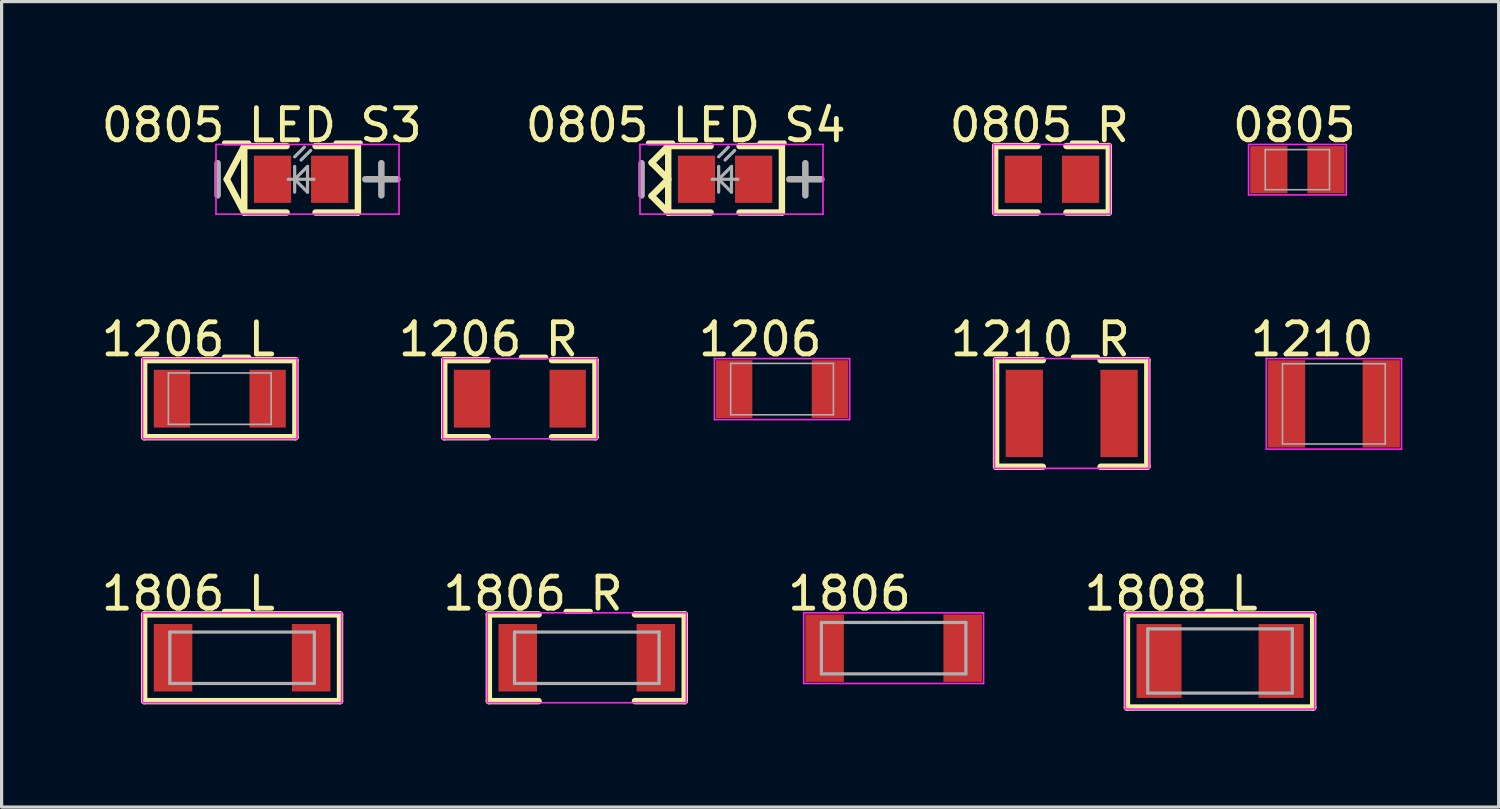
<source format=kicad_pcb>
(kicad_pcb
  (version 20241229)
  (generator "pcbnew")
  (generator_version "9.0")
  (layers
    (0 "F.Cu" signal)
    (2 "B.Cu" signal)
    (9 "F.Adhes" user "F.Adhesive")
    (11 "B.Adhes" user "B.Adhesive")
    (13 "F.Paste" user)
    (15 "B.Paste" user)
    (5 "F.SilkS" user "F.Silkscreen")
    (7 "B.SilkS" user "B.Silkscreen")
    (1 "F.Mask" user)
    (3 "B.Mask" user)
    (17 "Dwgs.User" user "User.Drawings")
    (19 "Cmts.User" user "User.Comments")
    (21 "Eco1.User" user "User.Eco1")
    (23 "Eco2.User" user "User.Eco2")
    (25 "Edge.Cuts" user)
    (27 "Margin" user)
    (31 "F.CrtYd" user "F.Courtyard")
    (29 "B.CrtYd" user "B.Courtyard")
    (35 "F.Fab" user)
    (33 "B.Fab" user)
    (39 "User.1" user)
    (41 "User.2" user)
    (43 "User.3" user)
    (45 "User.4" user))
  (footprint "1808_L"
    (layer "F.Cu")
    (at 34.943 17.533)
    (property "Reference" "1808_L" (at -1.524 -2.099 0) (layer "F.SilkS") (effects (font (size 1 1) (thickness 0.15))))
    (attr through_hole)
    (fp_line (start -2.9 -1.45) (end 2.9 -1.45) (stroke (width 0.2) (type solid)) (layer "F.SilkS"))
    (fp_line (start -2.9 1.45) (end -2.9 -1.45) (stroke (width 0.2) (type solid)) (layer "F.SilkS"))
    (fp_line (start -2.9 1.45) (end 2.9 1.45) (stroke (width 0.2) (type solid)) (layer "F.SilkS"))
    (fp_line (start 2.9 1.45) (end 2.9 -1.45) (stroke (width 0.2) (type solid)) (layer "F.SilkS"))
    (fp_line (start -2.95 -1.5) (end 2.95 -1.5) (stroke (width 0.05) (type solid)) (layer "F.CrtYd"))
    (fp_line (start -2.95 1.5) (end -2.95 -1.5) (stroke (width 0.05) (type solid)) (layer "F.CrtYd"))
    (fp_line (start 2.95 -1.5) (end 2.95 1.5) (stroke (width 0.05) (type solid)) (layer "F.CrtYd"))
    (fp_line (start 2.95 1.5) (end -2.95 1.5) (stroke (width 0.05) (type solid)) (layer "F.CrtYd"))
    (fp_line (start -2.25 -1) (end 2.25 -1) (stroke (width 0.1) (type solid)) (layer "F.Fab"))
    (fp_line (start -2.25 1) (end -2.25 -1) (stroke (width 0.1) (type solid)) (layer "F.Fab"))
    (fp_line (start -2.25 1) (end 2.25 1) (stroke (width 0.1) (type solid)) (layer "F.Fab"))
    (fp_line (start 2.25 1) (end 2.25 -1) (stroke (width 0.1) (type solid)) (layer "F.Fab"))
    (pad "1" smd rect (at -1.9 0) (size 1.4 2.3) (layers "F.Cu" "F.Mask" "F.Paste"))
    (pad "2" smd rect (at 1.9 0) (size 1.4 2.3) (layers "F.Cu" "F.Mask" "F.Paste")))
  (footprint "1206_R"
    (layer "F.Cu")
    (at 13.138 9.365)
    (property "Reference" "1206_R" (at -0.979 -1.849 0) (layer "F.SilkS") (effects (font (size 1 1) (thickness 0.15))))
    (attr through_hole)
    (fp_line (start -2.355 -1.2) (end -1 -1.2) (stroke (width 0.2) (type solid)) (layer "F.SilkS"))
    (fp_line (start -2.355 1.2) (end -2.355 -1.2) (stroke (width 0.2) (type solid)) (layer "F.SilkS"))
    (fp_line (start -2.355 1.2) (end -1 1.2) (stroke (width 0.2) (type solid)) (layer "F.SilkS"))
    (fp_line (start 1 -1.2) (end 2.355 -1.2) (stroke (width 0.2) (type solid)) (layer "F.SilkS"))
    (fp_line (start 1 1.2) (end 2.355 1.2) (stroke (width 0.2) (type solid)) (layer "F.SilkS"))
    (fp_line (start 2.355 1.2) (end 2.355 -1.2) (stroke (width 0.2) (type solid)) (layer "F.SilkS"))
    (fp_line (start -2.405 -1.25) (end 2.405 -1.25) (stroke (width 0.05) (type solid)) (layer "F.CrtYd"))
    (fp_line (start -2.405 1.25) (end -2.405 -1.25) (stroke (width 0.05) (type solid)) (layer "F.CrtYd"))
    (fp_line (start 2.405 -1.25) (end 2.405 1.25) (stroke (width 0.05) (type solid)) (layer "F.CrtYd"))
    (fp_line (start 2.405 1.25) (end -2.405 1.25) (stroke (width 0.05) (type solid)) (layer "F.CrtYd"))
    (pad "1" smd rect (at -1.49 0) (size 1.13 1.8) (layers "F.Cu" "F.Mask" "F.Paste"))
    (pad "2" smd rect (at 1.49 0) (size 1.13 1.8) (layers "F.Cu" "F.Mask" "F.Paste")))
  (footprint "1806_L"
    (layer "F.Cu")
    (at 4.489 17.433)
    (property "Reference" "1806_L" (at -1.674 -1.999 0) (layer "F.SilkS") (effects (font (size 1 1) (thickness 0.15))))
    (attr through_hole)
    (fp_line (start -3.05 -1.35) (end 3.05 -1.35) (stroke (width 0.2) (type solid)) (layer "F.SilkS"))
    (fp_line (start -3.05 1.35) (end -3.05 -1.35) (stroke (width 0.2) (type solid)) (layer "F.SilkS"))
    (fp_line (start -3.05 1.35) (end 3.05 1.35) (stroke (width 0.2) (type solid)) (layer "F.SilkS"))
    (fp_line (start 3.05 1.35) (end 3.05 -1.35) (stroke (width 0.2) (type solid)) (layer "F.SilkS"))
    (fp_line (start -3.1 -1.4) (end 3.1 -1.4) (stroke (width 0.05) (type solid)) (layer "F.CrtYd"))
    (fp_line (start -3.1 1.4) (end -3.1 -1.4) (stroke (width 0.05) (type solid)) (layer "F.CrtYd"))
    (fp_line (start 3.1 -1.4) (end 3.1 1.4) (stroke (width 0.05) (type solid)) (layer "F.CrtYd"))
    (fp_line (start 3.1 1.4) (end -3.1 1.4) (stroke (width 0.05) (type solid)) (layer "F.CrtYd"))
    (fp_line (start -2.25 -0.8) (end 2.25 -0.8) (stroke (width 0.1) (type solid)) (layer "F.Fab"))
    (fp_line (start -2.25 0.8) (end -2.25 -0.8) (stroke (width 0.1) (type solid)) (layer "F.Fab"))
    (fp_line (start -2.25 0.8) (end 2.25 0.8) (stroke (width 0.1) (type solid)) (layer "F.Fab"))
    (fp_line (start 2.25 0.8) (end 2.25 -0.8) (stroke (width 0.1) (type solid)) (layer "F.Fab"))
    (pad "1" smd rect (at -2.15 0) (size 1.2 2.1) (layers "F.Cu" "F.Mask" "F.Paste"))
    (pad "2" smd rect (at 2.15 0) (size 1.2 2.1) (layers "F.Cu" "F.Mask" "F.Paste")))
  (footprint "0805_R"
    (layer "F.Cu")
    (at 29.709 2.533)
    (property "Reference" "0805_R" (at -0.394 -1.684 0) (layer "F.SilkS") (effects (font (size 1 1) (thickness 0.15))))
    (attr through_hole)
    (fp_line (start -1.77 -1.035) (end -0.45 -1.035) (stroke (width 0.2) (type solid)) (layer "F.SilkS"))
    (fp_line (start -1.77 1.035) (end -1.77 -1.035) (stroke (width 0.2) (type solid)) (layer "F.SilkS"))
    (fp_line (start -1.77 1.035) (end -0.45 1.035) (stroke (width 0.2) (type solid)) (layer "F.SilkS"))
    (fp_line (start 0.45 -1.035) (end 1.77 -1.035) (stroke (width 0.2) (type solid)) (layer "F.SilkS"))
    (fp_line (start 0.45 1.035) (end 1.77 1.035) (stroke (width 0.2) (type solid)) (layer "F.SilkS"))
    (fp_line (start 1.77 1.035) (end 1.77 -1.035) (stroke (width 0.2) (type solid)) (layer "F.SilkS"))
    (fp_line (start -1.82 -1.085) (end 1.82 -1.085) (stroke (width 0.05) (type solid)) (layer "F.CrtYd"))
    (fp_line (start -1.82 1.085) (end -1.82 -1.085) (stroke (width 0.05) (type solid)) (layer "F.CrtYd"))
    (fp_line (start 1.82 -1.085) (end 1.82 1.085) (stroke (width 0.05) (type solid)) (layer "F.CrtYd"))
    (fp_line (start 1.82 1.085) (end -1.82 1.085) (stroke (width 0.05) (type solid)) (layer "F.CrtYd"))
    (pad "1" smd rect (at -0.89 0) (size 1.16 1.47) (layers "F.Cu" "F.Mask" "F.Paste"))
    (pad "2" smd rect (at 0.89 0) (size 1.16 1.47) (layers "F.Cu" "F.Mask" "F.Paste")))
  (footprint "0805"
    (layer "F.Cu")
    (at 37.351 2.234)
    (property "Reference" "0805" (at -0.095 -1.386 0) (layer "F.SilkS") (effects (font (size 1 1) (thickness 0.15))))
    (attr through_hole)
    (fp_line (start -1.52 -0.785) (end 1.52 -0.785) (stroke (width 0.05) (type solid)) (layer "F.CrtYd"))
    (fp_line (start -1.52 0.785) (end -1.52 -0.785) (stroke (width 0.05) (type solid)) (layer "F.CrtYd"))
    (fp_line (start 1.52 -0.785) (end 1.52 0.785) (stroke (width 0.05) (type solid)) (layer "F.CrtYd"))
    (fp_line (start 1.52 0.785) (end -1.52 0.785) (stroke (width 0.05) (type solid)) (layer "F.CrtYd"))
    (fp_line (start -1 -0.625) (end 1 -0.625) (stroke (width 0.05) (type solid)) (layer "F.Fab"))
    (fp_line (start -1 0.625) (end -1 -0.625) (stroke (width 0.05) (type solid)) (layer "F.Fab"))
    (fp_line (start -1 0.625) (end 1 0.625) (stroke (width 0.05) (type solid)) (layer "F.Fab"))
    (fp_line (start 1 0.625) (end 1 -0.625) (stroke (width 0.05) (type solid)) (layer "F.Fab"))
    (pad "1" smd rect (at -0.89 0) (size 1.16 1.47) (layers "F.Cu" "F.Mask" "F.Paste"))
    (pad "2" smd rect (at 0.89 0) (size 1.16 1.47) (layers "F.Cu" "F.Mask" "F.Paste")))
  (footprint "1206"
    (layer "F.Cu")
    (at 21.303 9.067)
    (property "Reference" "1206" (at -0.68 -1.551 0) (layer "F.SilkS") (effects (font (size 1 1) (thickness 0.15))))
    (attr through_hole)
    (fp_line (start -2.105 -0.95) (end 2.105 -0.95) (stroke (width 0.05) (type solid)) (layer "F.CrtYd"))
    (fp_line (start -2.105 0.95) (end -2.105 -0.95) (stroke (width 0.05) (type solid)) (layer "F.CrtYd"))
    (fp_line (start 2.105 -0.95) (end 2.105 0.95) (stroke (width 0.05) (type solid)) (layer "F.CrtYd"))
    (fp_line (start 2.105 0.95) (end -2.105 0.95) (stroke (width 0.05) (type solid)) (layer "F.CrtYd"))
    (fp_line (start -1.6 -0.8) (end 1.6 -0.8) (stroke (width 0.05) (type solid)) (layer "F.Fab"))
    (fp_line (start -1.6 0.8) (end -1.6 -0.8) (stroke (width 0.05) (type solid)) (layer "F.Fab"))
    (fp_line (start -1.6 0.8) (end 1.6 0.8) (stroke (width 0.05) (type solid)) (layer "F.Fab"))
    (fp_line (start 1.6 0.8) (end 1.6 -0.8) (stroke (width 0.05) (type solid)) (layer "F.Fab"))
    (pad "1" smd rect (at -1.49 0) (size 1.13 1.8) (layers "F.Cu" "F.Mask" "F.Paste"))
    (pad "2" smd rect (at 1.49 0) (size 1.13 1.8) (layers "F.Cu" "F.Mask" "F.Paste")))
  (footprint "1206_L"
    (layer "F.Cu")
    (at 3.794 9.365)
    (property "Reference" "1206_L" (at -0.979 -1.849 0) (layer "F.SilkS") (effects (font (size 1 1) (thickness 0.15))))
    (attr through_hole)
    (fp_line (start -2.355 -1.2) (end 2.355 -1.2) (stroke (width 0.2) (type solid)) (layer "F.SilkS"))
    (fp_line (start -2.355 1.2) (end -2.355 -1.2) (stroke (width 0.2) (type solid)) (layer "F.SilkS"))
    (fp_line (start -2.355 1.2) (end 2.355 1.2) (stroke (width 0.2) (type solid)) (layer "F.SilkS"))
    (fp_line (start 2.355 1.2) (end 2.355 -1.2) (stroke (width 0.2) (type solid)) (layer "F.SilkS"))
    (fp_line (start -2.405 -1.25) (end 2.405 -1.25) (stroke (width 0.05) (type solid)) (layer "F.CrtYd"))
    (fp_line (start -2.405 1.25) (end -2.405 -1.25) (stroke (width 0.05) (type solid)) (layer "F.CrtYd"))
    (fp_line (start 2.405 -1.25) (end 2.405 1.25) (stroke (width 0.05) (type solid)) (layer "F.CrtYd"))
    (fp_line (start 2.405 1.25) (end -2.405 1.25) (stroke (width 0.05) (type solid)) (layer "F.CrtYd"))
    (fp_line (start -1.6 -0.8) (end 1.6 -0.8) (stroke (width 0.05) (type solid)) (layer "F.Fab"))
    (fp_line (start -1.6 0.8) (end -1.6 -0.8) (stroke (width 0.05) (type solid)) (layer "F.Fab"))
    (fp_line (start -1.6 0.8) (end 1.6 0.8) (stroke (width 0.05) (type solid)) (layer "F.Fab"))
    (fp_line (start 1.6 0.8) (end 1.6 -0.8) (stroke (width 0.05) (type solid)) (layer "F.Fab"))
    (pad "1" smd rect (at -1.49 0) (size 1.13 1.8) (layers "F.Cu" "F.Mask" "F.Paste"))
    (pad "2" smd rect (at 1.49 0) (size 1.13 1.8) (layers "F.Cu" "F.Mask" "F.Paste")))
  (footprint "1806_R"
    (layer "F.Cu")
    (at 15.223 17.433)
    (property "Reference" "1806_R" (at -1.674 -1.999 0) (layer "F.SilkS") (effects (font (size 1 1) (thickness 0.15))))
    (attr through_hole)
    (fp_line (start -3.05 -1.35) (end -1.5 -1.35) (stroke (width 0.2) (type solid)) (layer "F.SilkS"))
    (fp_line (start -3.05 1.35) (end -3.05 -1.35) (stroke (width 0.2) (type solid)) (layer "F.SilkS"))
    (fp_line (start -3.05 1.35) (end -1.5 1.35) (stroke (width 0.2) (type solid)) (layer "F.SilkS"))
    (fp_line (start 1.5 -1.35) (end 3.05 -1.35) (stroke (width 0.2) (type solid)) (layer "F.SilkS"))
    (fp_line (start 1.5 1.35) (end 3.05 1.35) (stroke (width 0.2) (type solid)) (layer "F.SilkS"))
    (fp_line (start 3.05 1.35) (end 3.05 -1.35) (stroke (width 0.2) (type solid)) (layer "F.SilkS"))
    (fp_line (start -3.1 -1.4) (end 3.1 -1.4) (stroke (width 0.05) (type solid)) (layer "F.CrtYd"))
    (fp_line (start -3.1 1.4) (end -3.1 -1.4) (stroke (width 0.05) (type solid)) (layer "F.CrtYd"))
    (fp_line (start 3.1 -1.4) (end 3.1 1.4) (stroke (width 0.05) (type solid)) (layer "F.CrtYd"))
    (fp_line (start 3.1 1.4) (end -3.1 1.4) (stroke (width 0.05) (type solid)) (layer "F.CrtYd"))
    (fp_line (start -2.25 -0.8) (end 2.25 -0.8) (stroke (width 0.1) (type solid)) (layer "F.Fab"))
    (fp_line (start -2.25 0.8) (end -2.25 -0.8) (stroke (width 0.1) (type solid)) (layer "F.Fab"))
    (fp_line (start -2.25 0.8) (end 2.25 0.8) (stroke (width 0.1) (type solid)) (layer "F.Fab"))
    (fp_line (start 2.25 0.8) (end 2.25 -0.8) (stroke (width 0.1) (type solid)) (layer "F.Fab"))
    (pad "1" smd rect (at -2.15 0) (size 1.2 2.1) (layers "F.Cu" "F.Mask" "F.Paste"))
    (pad "2" smd rect (at 2.15 0) (size 1.2 2.1) (layers "F.Cu" "F.Mask" "F.Paste")))
  (footprint "1210"
    (layer "F.Cu")
    (at 38.488 9.527)
    (property "Reference" "1210" (at -0.68 -2.011 0) (layer "F.SilkS") (effects (font (size 1 1) (thickness 0.15))))
    (attr through_hole)
    (fp_line (start -2.105 -1.41) (end 2.105 -1.41) (stroke (width 0.05) (type solid)) (layer "F.CrtYd"))
    (fp_line (start -2.105 1.41) (end -2.105 -1.41) (stroke (width 0.05) (type solid)) (layer "F.CrtYd"))
    (fp_line (start 2.105 -1.41) (end 2.105 1.41) (stroke (width 0.05) (type solid)) (layer "F.CrtYd"))
    (fp_line (start 2.105 1.41) (end -2.105 1.41) (stroke (width 0.05) (type solid)) (layer "F.CrtYd"))
    (fp_line (start -1.6 -1.25) (end 1.6 -1.25) (stroke (width 0.05) (type solid)) (layer "F.Fab"))
    (fp_line (start -1.6 1.25) (end -1.6 -1.25) (stroke (width 0.05) (type solid)) (layer "F.Fab"))
    (fp_line (start -1.6 1.25) (end 1.6 1.25) (stroke (width 0.05) (type solid)) (layer "F.Fab"))
    (fp_line (start 1.6 1.25) (end 1.6 -1.25) (stroke (width 0.05) (type solid)) (layer "F.Fab"))
    (pad "1" smd rect (at -1.475 0) (size 1.16 2.72) (layers "F.Cu" "F.Mask" "F.Paste"))
    (pad "2" smd rect (at 1.475 0) (size 1.16 2.72) (layers "F.Cu" "F.Mask" "F.Paste")))
  (footprint "1210_R"
    (layer "F.Cu")
    (at 30.323 9.825)
    (property "Reference" "1210_R" (at -0.979 -2.309 0) (layer "F.SilkS") (effects (font (size 1 1) (thickness 0.15))))
    (attr through_hole)
    (fp_line (start -2.355 -1.66) (end -0.9 -1.66) (stroke (width 0.2) (type solid)) (layer "F.SilkS"))
    (fp_line (start -2.355 1.66) (end -2.355 -1.66) (stroke (width 0.2) (type solid)) (layer "F.SilkS"))
    (fp_line (start -2.355 1.66) (end -0.9 1.66) (stroke (width 0.2) (type solid)) (layer "F.SilkS"))
    (fp_line (start 0.9 -1.66) (end 2.355 -1.66) (stroke (width 0.2) (type solid)) (layer "F.SilkS"))
    (fp_line (start 0.9 1.66) (end 2.355 1.66) (stroke (width 0.2) (type solid)) (layer "F.SilkS"))
    (fp_line (start 2.355 1.66) (end 2.355 -1.66) (stroke (width 0.2) (type solid)) (layer "F.SilkS"))
    (fp_line (start -2.405 -1.71) (end 2.405 -1.71) (stroke (width 0.05) (type solid)) (layer "F.CrtYd"))
    (fp_line (start -2.405 1.71) (end -2.405 -1.71) (stroke (width 0.05) (type solid)) (layer "F.CrtYd"))
    (fp_line (start 2.405 -1.71) (end 2.405 1.71) (stroke (width 0.05) (type solid)) (layer "F.CrtYd"))
    (fp_line (start 2.405 1.71) (end -2.405 1.71) (stroke (width 0.05) (type solid)) (layer "F.CrtYd"))
    (pad "1" smd rect (at -1.475 0) (size 1.16 2.72) (layers "F.Cu" "F.Mask" "F.Paste"))
    (pad "2" smd rect (at 1.475 0) (size 1.16 2.72) (layers "F.Cu" "F.Mask" "F.Paste")))
  (footprint "1806"
    (layer "F.Cu")
    (at 24.778 17.134)
    (property "Reference" "1806" (at -1.375 -1.701 0) (layer "F.SilkS") (effects (font (size 1 1) (thickness 0.15))))
    (attr through_hole)
    (fp_line (start -2.8 -1.1) (end 2.8 -1.1) (stroke (width 0.05) (type solid)) (layer "F.CrtYd"))
    (fp_line (start -2.8 1.1) (end -2.8 -1.1) (stroke (width 0.05) (type solid)) (layer "F.CrtYd"))
    (fp_line (start 2.8 -1.1) (end 2.8 1.1) (stroke (width 0.05) (type solid)) (layer "F.CrtYd"))
    (fp_line (start 2.8 1.1) (end -2.8 1.1) (stroke (width 0.05) (type solid)) (layer "F.CrtYd"))
    (fp_line (start -2.25 -0.8) (end 2.25 -0.8) (stroke (width 0.1) (type solid)) (layer "F.Fab"))
    (fp_line (start -2.25 0.8) (end -2.25 -0.8) (stroke (width 0.1) (type solid)) (layer "F.Fab"))
    (fp_line (start -2.25 0.8) (end 2.25 0.8) (stroke (width 0.1) (type solid)) (layer "F.Fab"))
    (fp_line (start 2.25 0.8) (end 2.25 -0.8) (stroke (width 0.1) (type solid)) (layer "F.Fab"))
    (pad "1" smd rect (at -2.15 0) (size 1.2 2.1) (layers "F.Cu" "F.Mask" "F.Paste"))
    (pad "2" smd rect (at 2.15 0) (size 1.2 2.1) (layers "F.Cu" "F.Mask" "F.Paste")))
  (footprint "0805_LED_S4"
    (layer "F.Cu")
    (at 19.529 2.533)
    (property "Reference" "0805_LED_S4" (at -1.225 -1.684 0) (layer "F.SilkS") (effects (font (size 1 1) (thickness 0.15))))
    (attr through_hole)
    (fp_line (start -2.288 -0.517) (end -1.77 -1.035) (stroke (width 0.2) (type solid)) (layer "F.SilkS"))
    (fp_line (start -2.288 -0.517) (end -1.77 0) (stroke (width 0.2) (type solid)) (layer "F.SilkS"))
    (fp_line (start -2.288 0.517) (end -1.77 0) (stroke (width 0.2) (type solid)) (layer "F.SilkS"))
    (fp_line (start -2.288 0.517) (end -1.77 1.035) (stroke (width 0.2) (type solid)) (layer "F.SilkS"))
    (fp_line (start -1.77 -1.035) (end -0.45 -1.035) (stroke (width 0.2) (type solid)) (layer "F.SilkS"))
    (fp_line (start -1.77 1.035) (end -1.77 -1.035) (stroke (width 0.2) (type solid)) (layer "F.SilkS"))
    (fp_line (start -1.77 1.035) (end -0.45 1.035) (stroke (width 0.2) (type solid)) (layer "F.SilkS"))
    (fp_line (start 0.45 -1.035) (end 1.77 -1.035) (stroke (width 0.2) (type solid)) (layer "F.SilkS"))
    (fp_line (start 0.45 1.035) (end 1.77 1.035) (stroke (width 0.2) (type solid)) (layer "F.SilkS"))
    (fp_line (start 1.77 1.035) (end 1.77 -1.035) (stroke (width 0.2) (type solid)) (layer "F.SilkS"))
    (fp_line (start -2.65 -1.085) (end 3.05 -1.085) (stroke (width 0.05) (type solid)) (layer "F.CrtYd"))
    (fp_line (start -2.65 1.085) (end -2.65 -1.085) (stroke (width 0.05) (type solid)) (layer "F.CrtYd"))
    (fp_line (start 3.05 -1.085) (end 3.05 1.085) (stroke (width 0.05) (type solid)) (layer "F.CrtYd"))
    (fp_line (start 3.05 1.085) (end -2.65 1.085) (stroke (width 0.05) (type solid)) (layer "F.CrtYd"))
    (fp_line (start -2.6 0.5) (end -2.6 -0.5) (stroke (width 0.203) (type solid)) (layer "F.Fab"))
    (fp_line (start -0.4 0) (end 0.4 0) (stroke (width 0.1) (type solid)) (layer "F.Fab"))
    (fp_line (start -0.2 -0.7) (end 0.1 -1) (stroke (width 0.1) (type solid)) (layer "F.Fab"))
    (fp_line (start -0.2 0) (end 0.2 -0.4) (stroke (width 0.1) (type solid)) (layer "F.Fab"))
    (fp_line (start -0.2 0) (end 0.2 0.4) (stroke (width 0.1) (type solid)) (layer "F.Fab"))
    (fp_line (start -0.2 0.4) (end -0.2 -0.4) (stroke (width 0.1) (type solid)) (layer "F.Fab"))
    (fp_line (start 0 -0.6) (end 0.3 -0.9) (stroke (width 0.1) (type solid)) (layer "F.Fab"))
    (fp_line (start 0.2 0.4) (end 0.2 -0.4) (stroke (width 0.1) (type solid)) (layer "F.Fab"))
    (fp_line (start 2 0) (end 3 0) (stroke (width 0.203) (type solid)) (layer "F.Fab"))
    (fp_line (start 2.5 0.5) (end 2.5 -0.5) (stroke (width 0.203) (type solid)) (layer "F.Fab"))
    (pad "A" smd rect (at 0.89 0 180) (size 1.16 1.47) (layers "F.Cu" "F.Mask" "F.Paste"))
    (pad "K" smd rect (at -0.89 0 180) (size 1.16 1.47) (layers "F.Cu" "F.Mask" "F.Paste")))
  (footprint "0805_LED_S3"
    (layer "F.Cu")
    (at 6.326 2.533)
    (property "Reference" "0805_LED_S3" (at -1.225 -1.684 0) (layer "F.SilkS") (effects (font (size 1 1) (thickness 0.15))))
    (attr through_hole)
    (fp_line (start -2.315 0) (end -1.77 -1.035) (stroke (width 0.2) (type solid)) (layer "F.SilkS"))
    (fp_line (start -2.315 0) (end -1.77 1.035) (stroke (width 0.2) (type solid)) (layer "F.SilkS"))
    (fp_line (start -1.77 -1.035) (end -0.45 -1.035) (stroke (width 0.2) (type solid)) (layer "F.SilkS"))
    (fp_line (start -1.77 1.035) (end -1.77 -1.035) (stroke (width 0.2) (type solid)) (layer "F.SilkS"))
    (fp_line (start -1.77 1.035) (end -0.45 1.035) (stroke (width 0.2) (type solid)) (layer "F.SilkS"))
    (fp_line (start 0.45 -1.035) (end 1.77 -1.035) (stroke (width 0.2) (type solid)) (layer "F.SilkS"))
    (fp_line (start 0.45 1.035) (end 1.77 1.035) (stroke (width 0.2) (type solid)) (layer "F.SilkS"))
    (fp_line (start 1.77 1.035) (end 1.77 -1.035) (stroke (width 0.2) (type solid)) (layer "F.SilkS"))
    (fp_line (start -2.65 -1.085) (end 3.05 -1.085) (stroke (width 0.05) (type solid)) (layer "F.CrtYd"))
    (fp_line (start -2.65 1.085) (end -2.65 -1.085) (stroke (width 0.05) (type solid)) (layer "F.CrtYd"))
    (fp_line (start 3.05 -1.085) (end 3.05 1.085) (stroke (width 0.05) (type solid)) (layer "F.CrtYd"))
    (fp_line (start 3.05 1.085) (end -2.65 1.085) (stroke (width 0.05) (type solid)) (layer "F.CrtYd"))
    (fp_line (start -2.6 0.5) (end -2.6 -0.5) (stroke (width 0.203) (type solid)) (layer "F.Fab"))
    (fp_line (start -0.4 0) (end 0.4 0) (stroke (width 0.1) (type solid)) (layer "F.Fab"))
    (fp_line (start -0.2 -0.7) (end 0.1 -1) (stroke (width 0.1) (type solid)) (layer "F.Fab"))
    (fp_line (start -0.2 0) (end 0.2 -0.4) (stroke (width 0.1) (type solid)) (layer "F.Fab"))
    (fp_line (start -0.2 0) (end 0.2 0.4) (stroke (width 0.1) (type solid)) (layer "F.Fab"))
    (fp_line (start -0.2 0.4) (end -0.2 -0.4) (stroke (width 0.1) (type solid)) (layer "F.Fab"))
    (fp_line (start 0 -0.6) (end 0.3 -0.9) (stroke (width 0.1) (type solid)) (layer "F.Fab"))
    (fp_line (start 0.2 0.4) (end 0.2 -0.4) (stroke (width 0.1) (type solid)) (layer "F.Fab"))
    (fp_line (start 2 0) (end 3 0) (stroke (width 0.203) (type solid)) (layer "F.Fab"))
    (fp_line (start 2.5 0.5) (end 2.5 -0.5) (stroke (width 0.203) (type solid)) (layer "F.Fab"))
    (pad "A" smd rect (at 0.89 0 180) (size 1.16 1.47) (layers "F.Cu" "F.Mask" "F.Paste"))
    (pad "K" smd rect (at -0.89 0 180) (size 1.16 1.47) (layers "F.Cu" "F.Mask" "F.Paste")))
  (gr_rect
    (start -3 -3)
    (end 43.618 22.083)
    (stroke (width 0.1) (type default))
    (fill no)
    (layer "Edge.Cuts")))
</source>
